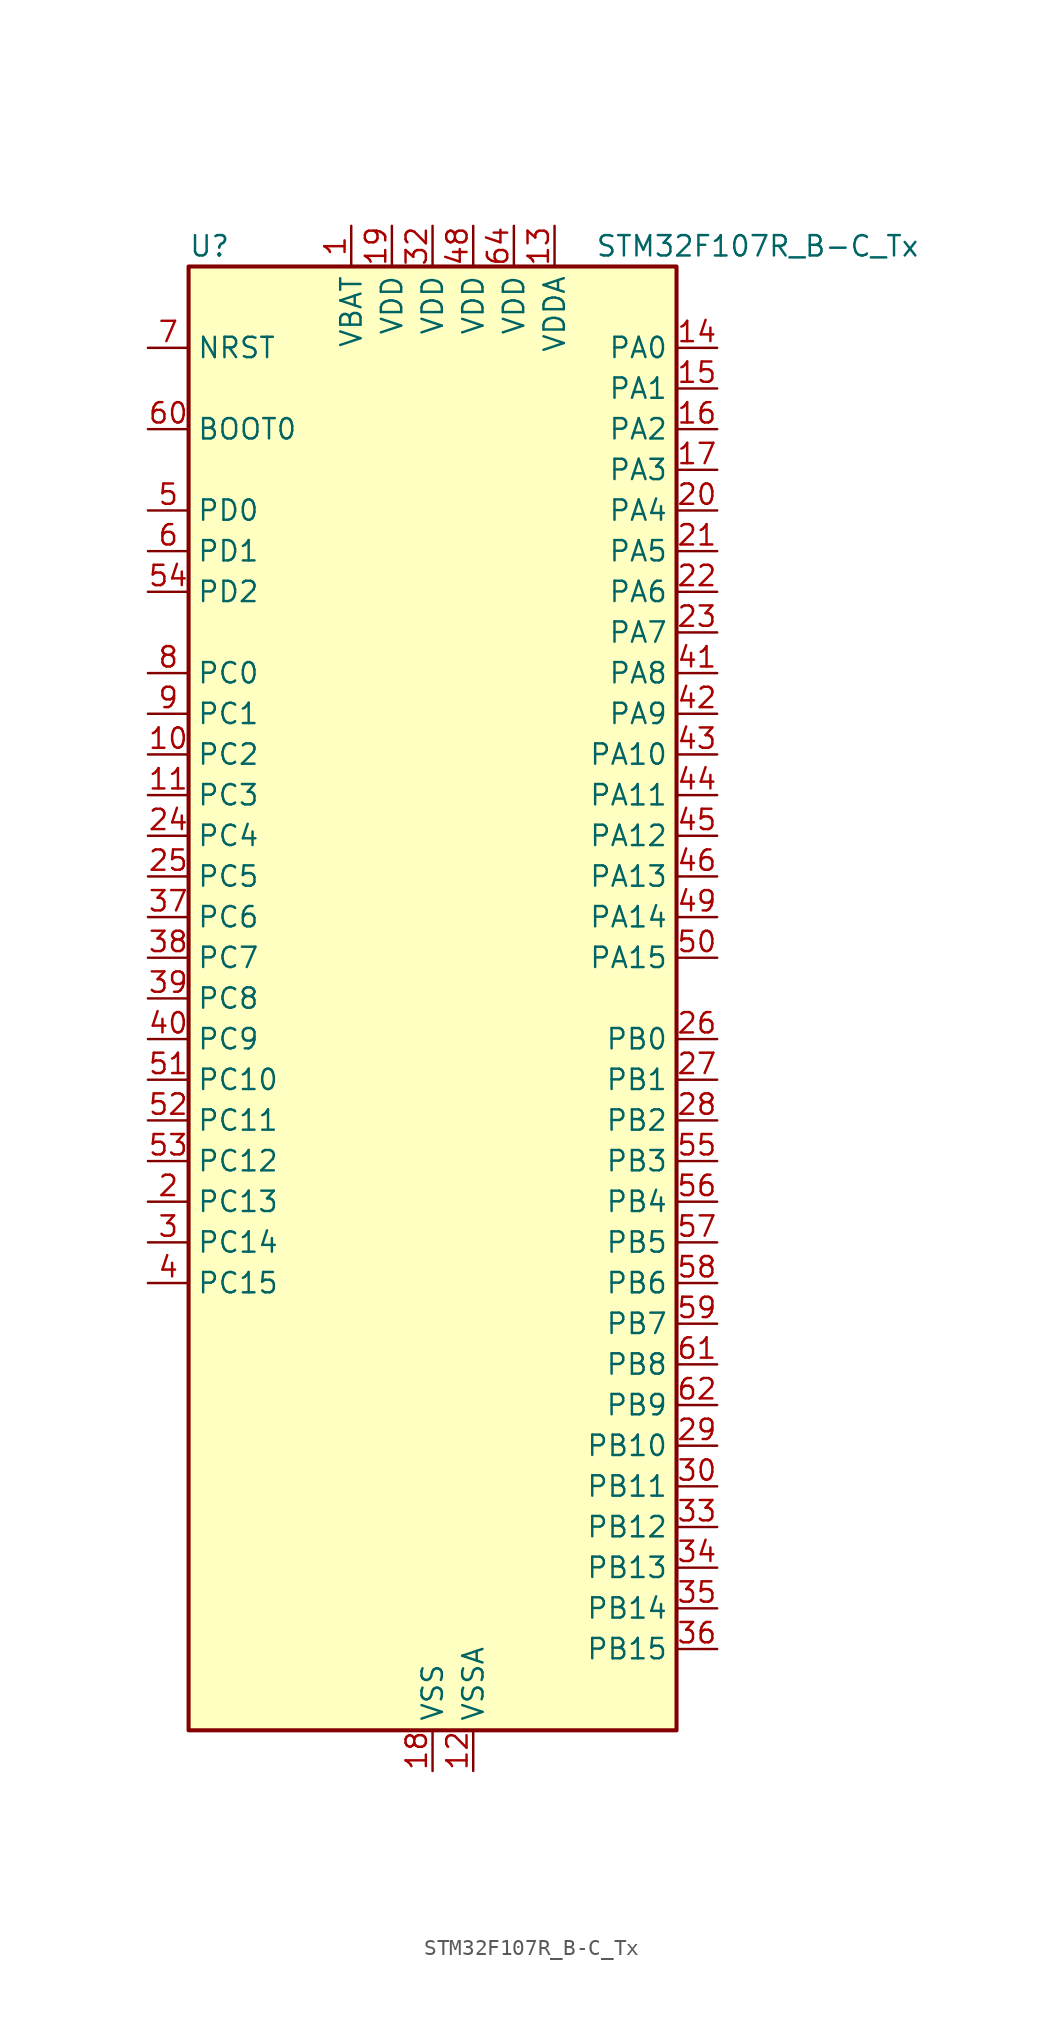
<source format=kicad_sym>
(kicad_symbol_lib
  (version 20241209)
  (generator "kicad_symbol_editor")
  (generator_version "9.0")
  (symbol "STM32F107R_B-C_Tx"
    (property "Reference" "U"
      (at -15.24 46.99 0)
      (effects (font (size 1.27 1.27)) (justify left)))
    (property "Value" "STM32F107R_B-C_Tx"
      (at 10.16 46.99 0)
      (effects (font (size 1.27 1.27)) (justify left)))
    (symbol "STM32F107R_B-C_Tx_0_1"
      (rectangle (start -15.24 -45.72) (end 15.24 45.72) (stroke (width 0.254) (type default)) (fill (type background))))
    (symbol "STM32F107R_B-C_Tx_1_1"
      (pin input line (at -17.78 40.64 0) (length 2.54) (name "NRST" (effects (font (size 1.27 1.27)))) (number "7" (effects (font (size 1.27 1.27)))))
      (pin input line (at -17.78 35.56 0) (length 2.54) (name "BOOT0" (effects (font (size 1.27 1.27)))) (number "60" (effects (font (size 1.27 1.27)))))
      (pin bidirectional line (at -17.78 30.48 0) (length 2.54) (name "PD0" (effects (font (size 1.27 1.27)))) (number "5" (effects (font (size 1.27 1.27)))) (alternate "RCC_OSC_IN" bidirectional line))
      (pin bidirectional line (at -17.78 27.94 0) (length 2.54) (name "PD1" (effects (font (size 1.27 1.27)))) (number "6" (effects (font (size 1.27 1.27)))) (alternate "RCC_OSC_OUT" bidirectional line))
      (pin bidirectional line (at -17.78 25.4 0) (length 2.54) (name "PD2" (effects (font (size 1.27 1.27)))) (number "54" (effects (font (size 1.27 1.27)))) (alternate "TIM3_ETR" bidirectional line) (alternate "UART5_RX" bidirectional line))
      (pin bidirectional line (at -17.78 20.32 0) (length 2.54) (name "PC0" (effects (font (size 1.27 1.27)))) (number "8" (effects (font (size 1.27 1.27)))) (alternate "ADC1_IN10" bidirectional line) (alternate "ADC2_IN10" bidirectional line))
      (pin bidirectional line (at -17.78 17.78 0) (length 2.54) (name "PC1" (effects (font (size 1.27 1.27)))) (number "9" (effects (font (size 1.27 1.27)))) (alternate "ADC1_IN11" bidirectional line) (alternate "ADC2_IN11" bidirectional line) (alternate "ETH_MDC" bidirectional line))
      (pin bidirectional line (at -17.78 15.24 0) (length 2.54) (name "PC2" (effects (font (size 1.27 1.27)))) (number "10" (effects (font (size 1.27 1.27)))) (alternate "ADC1_IN12" bidirectional line) (alternate "ADC2_IN12" bidirectional line) (alternate "ETH_TXD2" bidirectional line))
      (pin bidirectional line (at -17.78 12.7 0) (length 2.54) (name "PC3" (effects (font (size 1.27 1.27)))) (number "11" (effects (font (size 1.27 1.27)))) (alternate "ADC1_IN13" bidirectional line) (alternate "ADC2_IN13" bidirectional line) (alternate "ETH_TX_CLK" bidirectional line))
      (pin bidirectional line (at -17.78 10.16 0) (length 2.54) (name "PC4" (effects (font (size 1.27 1.27)))) (number "24" (effects (font (size 1.27 1.27)))) (alternate "ADC1_IN14" bidirectional line) (alternate "ADC2_IN14" bidirectional line) (alternate "ETH_RXD0" bidirectional line))
      (pin bidirectional line (at -17.78 7.62 0) (length 2.54) (name "PC5" (effects (font (size 1.27 1.27)))) (number "25" (effects (font (size 1.27 1.27)))) (alternate "ADC1_IN15" bidirectional line) (alternate "ADC2_IN15" bidirectional line) (alternate "ETH_RXD1" bidirectional line))
      (pin bidirectional line (at -17.78 5.08 0) (length 2.54) (name "PC6" (effects (font (size 1.27 1.27)))) (number "37" (effects (font (size 1.27 1.27)))) (alternate "I2S2_MCK" bidirectional line) (alternate "TIM3_CH1" bidirectional line))
      (pin bidirectional line (at -17.78 2.54 0) (length 2.54) (name "PC7" (effects (font (size 1.27 1.27)))) (number "38" (effects (font (size 1.27 1.27)))) (alternate "I2S3_MCK" bidirectional line) (alternate "TIM3_CH2" bidirectional line))
      (pin bidirectional line (at -17.78 0 0) (length 2.54) (name "PC8" (effects (font (size 1.27 1.27)))) (number "39" (effects (font (size 1.27 1.27)))) (alternate "TIM3_CH3" bidirectional line))
      (pin bidirectional line (at -17.78 -2.54 0) (length 2.54) (name "PC9" (effects (font (size 1.27 1.27)))) (number "40" (effects (font (size 1.27 1.27)))) (alternate "DAC_EXTI9" bidirectional line) (alternate "TIM3_CH4" bidirectional line))
      (pin bidirectional line (at -17.78 -5.08 0) (length 2.54) (name "PC10" (effects (font (size 1.27 1.27)))) (number "51" (effects (font (size 1.27 1.27)))) (alternate "I2S3_CK" bidirectional line) (alternate "SPI3_SCK" bidirectional line) (alternate "UART4_TX" bidirectional line) (alternate "USART3_TX" bidirectional line))
      (pin bidirectional line (at -17.78 -7.62 0) (length 2.54) (name "PC11" (effects (font (size 1.27 1.27)))) (number "52" (effects (font (size 1.27 1.27)))) (alternate "ADC1_EXTI11" bidirectional line) (alternate "ADC2_EXTI11" bidirectional line) (alternate "SPI3_MISO" bidirectional line) (alternate "UART4_RX" bidirectional line) (alternate "USART3_RX" bidirectional line))
      (pin bidirectional line (at -17.78 -10.16 0) (length 2.54) (name "PC12" (effects (font (size 1.27 1.27)))) (number "53" (effects (font (size 1.27 1.27)))) (alternate "I2S3_SD" bidirectional line) (alternate "SPI3_MOSI" bidirectional line) (alternate "UART5_TX" bidirectional line) (alternate "USART3_CK" bidirectional line))
      (pin bidirectional line (at -17.78 -12.7 0) (length 2.54) (name "PC13" (effects (font (size 1.27 1.27)))) (number "2" (effects (font (size 1.27 1.27)))) (alternate "RTC_OUT" bidirectional line) (alternate "RTC_TAMPER" bidirectional line))
      (pin bidirectional line (at -17.78 -15.24 0) (length 2.54) (name "PC14" (effects (font (size 1.27 1.27)))) (number "3" (effects (font (size 1.27 1.27)))) (alternate "RCC_OSC32_IN" bidirectional line))
      (pin bidirectional line (at -17.78 -17.78 0) (length 2.54) (name "PC15" (effects (font (size 1.27 1.27)))) (number "4" (effects (font (size 1.27 1.27)))) (alternate "ADC1_EXTI15" bidirectional line) (alternate "ADC2_EXTI15" bidirectional line) (alternate "RCC_OSC32_OUT" bidirectional line))
      (pin power_in line (at -5.08 48.26 270) (length 2.54) (name "VBAT" (effects (font (size 1.27 1.27)))) (number "1" (effects (font (size 1.27 1.27)))))
      (pin power_in line (at -2.54 48.26 270) (length 2.54) (name "VDD" (effects (font (size 1.27 1.27)))) (number "19" (effects (font (size 1.27 1.27)))))
      (pin power_in line (at 0 48.26 270) (length 2.54) (name "VDD" (effects (font (size 1.27 1.27)))) (number "32" (effects (font (size 1.27 1.27)))))
      (pin power_in line (at 0 -48.26 90) (length 2.54) (name "VSS" (effects (font (size 1.27 1.27)))) (number "18" (effects (font (size 1.27 1.27)))))
      (pin passive line (at 0 -48.26 90) (length 2.54) (hide yes) (name "VSS" (effects (font (size 1.27 1.27)))) (number "31" (effects (font (size 1.27 1.27)))))
      (pin passive line (at 0 -48.26 90) (length 2.54) (hide yes) (name "VSS" (effects (font (size 1.27 1.27)))) (number "47" (effects (font (size 1.27 1.27)))))
      (pin passive line (at 0 -48.26 90) (length 2.54) (hide yes) (name "VSS" (effects (font (size 1.27 1.27)))) (number "63" (effects (font (size 1.27 1.27)))))
      (pin power_in line (at 2.54 48.26 270) (length 2.54) (name "VDD" (effects (font (size 1.27 1.27)))) (number "48" (effects (font (size 1.27 1.27)))))
      (pin power_in line (at 2.54 -48.26 90) (length 2.54) (name "VSSA" (effects (font (size 1.27 1.27)))) (number "12" (effects (font (size 1.27 1.27)))))
      (pin power_in line (at 5.08 48.26 270) (length 2.54) (name "VDD" (effects (font (size 1.27 1.27)))) (number "64" (effects (font (size 1.27 1.27)))))
      (pin power_in line (at 7.62 48.26 270) (length 2.54) (name "VDDA" (effects (font (size 1.27 1.27)))) (number "13" (effects (font (size 1.27 1.27)))))
      (pin bidirectional line (at 17.78 40.64 180) (length 2.54) (name "PA0" (effects (font (size 1.27 1.27)))) (number "14" (effects (font (size 1.27 1.27)))) (alternate "ADC1_IN0" bidirectional line) (alternate "ADC2_IN0" bidirectional line) (alternate "ETH_CRS" bidirectional line) (alternate "SYS_WKUP" bidirectional line) (alternate "TIM2_CH1" bidirectional line) (alternate "TIM2_ETR" bidirectional line) (alternate "TIM5_CH1" bidirectional line) (alternate "USART2_CTS" bidirectional line))
      (pin bidirectional line (at 17.78 38.1 180) (length 2.54) (name "PA1" (effects (font (size 1.27 1.27)))) (number "15" (effects (font (size 1.27 1.27)))) (alternate "ADC1_IN1" bidirectional line) (alternate "ADC2_IN1" bidirectional line) (alternate "ETH_REF_CLK" bidirectional line) (alternate "ETH_RX_CLK" bidirectional line) (alternate "TIM2_CH2" bidirectional line) (alternate "TIM5_CH2" bidirectional line) (alternate "USART2_RTS" bidirectional line))
      (pin bidirectional line (at 17.78 35.56 180) (length 2.54) (name "PA2" (effects (font (size 1.27 1.27)))) (number "16" (effects (font (size 1.27 1.27)))) (alternate "ADC1_IN2" bidirectional line) (alternate "ADC2_IN2" bidirectional line) (alternate "ETH_MDIO" bidirectional line) (alternate "TIM2_CH3" bidirectional line) (alternate "TIM5_CH3" bidirectional line) (alternate "USART2_TX" bidirectional line))
      (pin bidirectional line (at 17.78 33.02 180) (length 2.54) (name "PA3" (effects (font (size 1.27 1.27)))) (number "17" (effects (font (size 1.27 1.27)))) (alternate "ADC1_IN3" bidirectional line) (alternate "ADC2_IN3" bidirectional line) (alternate "ETH_COL" bidirectional line) (alternate "TIM2_CH4" bidirectional line) (alternate "TIM5_CH4" bidirectional line) (alternate "USART2_RX" bidirectional line))
      (pin bidirectional line (at 17.78 30.48 180) (length 2.54) (name "PA4" (effects (font (size 1.27 1.27)))) (number "20" (effects (font (size 1.27 1.27)))) (alternate "ADC1_IN4" bidirectional line) (alternate "ADC2_IN4" bidirectional line) (alternate "DAC_OUT1" bidirectional line) (alternate "I2S3_WS" bidirectional line) (alternate "SPI1_NSS" bidirectional line) (alternate "SPI3_NSS" bidirectional line) (alternate "USART2_CK" bidirectional line))
      (pin bidirectional line (at 17.78 27.94 180) (length 2.54) (name "PA5" (effects (font (size 1.27 1.27)))) (number "21" (effects (font (size 1.27 1.27)))) (alternate "ADC1_IN5" bidirectional line) (alternate "ADC2_IN5" bidirectional line) (alternate "DAC_OUT2" bidirectional line) (alternate "SPI1_SCK" bidirectional line))
      (pin bidirectional line (at 17.78 25.4 180) (length 2.54) (name "PA6" (effects (font (size 1.27 1.27)))) (number "22" (effects (font (size 1.27 1.27)))) (alternate "ADC1_IN6" bidirectional line) (alternate "ADC2_IN6" bidirectional line) (alternate "SPI1_MISO" bidirectional line) (alternate "TIM1_BKIN" bidirectional line) (alternate "TIM3_CH1" bidirectional line))
      (pin bidirectional line (at 17.78 22.86 180) (length 2.54) (name "PA7" (effects (font (size 1.27 1.27)))) (number "23" (effects (font (size 1.27 1.27)))) (alternate "ADC1_IN7" bidirectional line) (alternate "ADC2_IN7" bidirectional line) (alternate "ETH_CRS_DV" bidirectional line) (alternate "ETH_RX_DV" bidirectional line) (alternate "SPI1_MOSI" bidirectional line) (alternate "TIM1_CH1N" bidirectional line) (alternate "TIM3_CH2" bidirectional line))
      (pin bidirectional line (at 17.78 20.32 180) (length 2.54) (name "PA8" (effects (font (size 1.27 1.27)))) (number "41" (effects (font (size 1.27 1.27)))) (alternate "RCC_MCO" bidirectional line) (alternate "TIM1_CH1" bidirectional line) (alternate "USART1_CK" bidirectional line) (alternate "USB_OTG_FS_SOF" bidirectional line))
      (pin bidirectional line (at 17.78 17.78 180) (length 2.54) (name "PA9" (effects (font (size 1.27 1.27)))) (number "42" (effects (font (size 1.27 1.27)))) (alternate "DAC_EXTI9" bidirectional line) (alternate "TIM1_CH2" bidirectional line) (alternate "USART1_TX" bidirectional line) (alternate "USB_OTG_FS_VBUS" bidirectional line))
      (pin bidirectional line (at 17.78 15.24 180) (length 2.54) (name "PA10" (effects (font (size 1.27 1.27)))) (number "43" (effects (font (size 1.27 1.27)))) (alternate "TIM1_CH3" bidirectional line) (alternate "USART1_RX" bidirectional line) (alternate "USB_OTG_FS_ID" bidirectional line))
      (pin bidirectional line (at 17.78 12.7 180) (length 2.54) (name "PA11" (effects (font (size 1.27 1.27)))) (number "44" (effects (font (size 1.27 1.27)))) (alternate "ADC1_EXTI11" bidirectional line) (alternate "ADC2_EXTI11" bidirectional line) (alternate "CAN1_RX" bidirectional line) (alternate "TIM1_CH4" bidirectional line) (alternate "USART1_CTS" bidirectional line) (alternate "USB_OTG_FS_DM" bidirectional line))
      (pin bidirectional line (at 17.78 10.16 180) (length 2.54) (name "PA12" (effects (font (size 1.27 1.27)))) (number "45" (effects (font (size 1.27 1.27)))) (alternate "CAN1_TX" bidirectional line) (alternate "TIM1_ETR" bidirectional line) (alternate "USART1_RTS" bidirectional line) (alternate "USB_OTG_FS_DP" bidirectional line))
      (pin bidirectional line (at 17.78 7.62 180) (length 2.54) (name "PA13" (effects (font (size 1.27 1.27)))) (number "46" (effects (font (size 1.27 1.27)))) (alternate "SYS_JTMS-SWDIO" bidirectional line))
      (pin bidirectional line (at 17.78 5.08 180) (length 2.54) (name "PA14" (effects (font (size 1.27 1.27)))) (number "49" (effects (font (size 1.27 1.27)))) (alternate "SYS_JTCK-SWCLK" bidirectional line))
      (pin bidirectional line (at 17.78 2.54 180) (length 2.54) (name "PA15" (effects (font (size 1.27 1.27)))) (number "50" (effects (font (size 1.27 1.27)))) (alternate "ADC1_EXTI15" bidirectional line) (alternate "ADC2_EXTI15" bidirectional line) (alternate "I2S3_WS" bidirectional line) (alternate "SPI1_NSS" bidirectional line) (alternate "SPI3_NSS" bidirectional line) (alternate "SYS_JTDI" bidirectional line) (alternate "TIM2_CH1" bidirectional line) (alternate "TIM2_ETR" bidirectional line))
      (pin bidirectional line (at 17.78 -2.54 180) (length 2.54) (name "PB0" (effects (font (size 1.27 1.27)))) (number "26" (effects (font (size 1.27 1.27)))) (alternate "ADC1_IN8" bidirectional line) (alternate "ADC2_IN8" bidirectional line) (alternate "ETH_RXD2" bidirectional line) (alternate "TIM1_CH2N" bidirectional line) (alternate "TIM3_CH3" bidirectional line))
      (pin bidirectional line (at 17.78 -5.08 180) (length 2.54) (name "PB1" (effects (font (size 1.27 1.27)))) (number "27" (effects (font (size 1.27 1.27)))) (alternate "ADC1_IN9" bidirectional line) (alternate "ADC2_IN9" bidirectional line) (alternate "ETH_RXD3" bidirectional line) (alternate "TIM1_CH3N" bidirectional line) (alternate "TIM3_CH4" bidirectional line))
      (pin bidirectional line (at 17.78 -7.62 180) (length 2.54) (name "PB2" (effects (font (size 1.27 1.27)))) (number "28" (effects (font (size 1.27 1.27)))))
      (pin bidirectional line (at 17.78 -10.16 180) (length 2.54) (name "PB3" (effects (font (size 1.27 1.27)))) (number "55" (effects (font (size 1.27 1.27)))) (alternate "I2S3_CK" bidirectional line) (alternate "SPI1_SCK" bidirectional line) (alternate "SPI3_SCK" bidirectional line) (alternate "SYS_JTDO" bidirectional line) (alternate "SYS_TRACESWO" bidirectional line) (alternate "TIM2_CH2" bidirectional line))
      (pin bidirectional line (at 17.78 -12.7 180) (length 2.54) (name "PB4" (effects (font (size 1.27 1.27)))) (number "56" (effects (font (size 1.27 1.27)))) (alternate "SPI1_MISO" bidirectional line) (alternate "SPI3_MISO" bidirectional line) (alternate "SYS_NJTRST" bidirectional line) (alternate "TIM3_CH1" bidirectional line))
      (pin bidirectional line (at 17.78 -15.24 180) (length 2.54) (name "PB5" (effects (font (size 1.27 1.27)))) (number "57" (effects (font (size 1.27 1.27)))) (alternate "CAN2_RX" bidirectional line) (alternate "ETH_PPS_OUT" bidirectional line) (alternate "I2C1_SMBA" bidirectional line) (alternate "I2S3_SD" bidirectional line) (alternate "SPI1_MOSI" bidirectional line) (alternate "SPI3_MOSI" bidirectional line) (alternate "TIM3_CH2" bidirectional line))
      (pin bidirectional line (at 17.78 -17.78 180) (length 2.54) (name "PB6" (effects (font (size 1.27 1.27)))) (number "58" (effects (font (size 1.27 1.27)))) (alternate "CAN2_TX" bidirectional line) (alternate "I2C1_SCL" bidirectional line) (alternate "TIM4_CH1" bidirectional line) (alternate "USART1_TX" bidirectional line))
      (pin bidirectional line (at 17.78 -20.32 180) (length 2.54) (name "PB7" (effects (font (size 1.27 1.27)))) (number "59" (effects (font (size 1.27 1.27)))) (alternate "I2C1_SDA" bidirectional line) (alternate "TIM4_CH2" bidirectional line) (alternate "USART1_RX" bidirectional line))
      (pin bidirectional line (at 17.78 -22.86 180) (length 2.54) (name "PB8" (effects (font (size 1.27 1.27)))) (number "61" (effects (font (size 1.27 1.27)))) (alternate "CAN1_RX" bidirectional line) (alternate "ETH_TXD3" bidirectional line) (alternate "I2C1_SCL" bidirectional line) (alternate "TIM4_CH3" bidirectional line))
      (pin bidirectional line (at 17.78 -25.4 180) (length 2.54) (name "PB9" (effects (font (size 1.27 1.27)))) (number "62" (effects (font (size 1.27 1.27)))) (alternate "CAN1_TX" bidirectional line) (alternate "DAC_EXTI9" bidirectional line) (alternate "I2C1_SDA" bidirectional line) (alternate "TIM4_CH4" bidirectional line))
      (pin bidirectional line (at 17.78 -27.94 180) (length 2.54) (name "PB10" (effects (font (size 1.27 1.27)))) (number "29" (effects (font (size 1.27 1.27)))) (alternate "ETH_RX_ER" bidirectional line) (alternate "TIM2_CH3" bidirectional line) (alternate "USART3_TX" bidirectional line))
      (pin bidirectional line (at 17.78 -30.48 180) (length 2.54) (name "PB11" (effects (font (size 1.27 1.27)))) (number "30" (effects (font (size 1.27 1.27)))) (alternate "ADC1_EXTI11" bidirectional line) (alternate "ADC2_EXTI11" bidirectional line) (alternate "ETH_TX_EN" bidirectional line) (alternate "TIM2_CH4" bidirectional line) (alternate "USART3_RX" bidirectional line))
      (pin bidirectional line (at 17.78 -33.02 180) (length 2.54) (name "PB12" (effects (font (size 1.27 1.27)))) (number "33" (effects (font (size 1.27 1.27)))) (alternate "CAN2_RX" bidirectional line) (alternate "ETH_TXD0" bidirectional line) (alternate "I2S2_WS" bidirectional line) (alternate "SPI2_NSS" bidirectional line) (alternate "TIM1_BKIN" bidirectional line) (alternate "USART3_CK" bidirectional line))
      (pin bidirectional line (at 17.78 -35.56 180) (length 2.54) (name "PB13" (effects (font (size 1.27 1.27)))) (number "34" (effects (font (size 1.27 1.27)))) (alternate "CAN2_TX" bidirectional line) (alternate "ETH_TXD1" bidirectional line) (alternate "I2S2_CK" bidirectional line) (alternate "SPI2_SCK" bidirectional line) (alternate "TIM1_CH1N" bidirectional line) (alternate "USART3_CTS" bidirectional line))
      (pin bidirectional line (at 17.78 -38.1 180) (length 2.54) (name "PB14" (effects (font (size 1.27 1.27)))) (number "35" (effects (font (size 1.27 1.27)))) (alternate "SPI2_MISO" bidirectional line) (alternate "TIM1_CH2N" bidirectional line) (alternate "USART3_RTS" bidirectional line))
      (pin bidirectional line (at 17.78 -40.64 180) (length 2.54) (name "PB15" (effects (font (size 1.27 1.27)))) (number "36" (effects (font (size 1.27 1.27)))) (alternate "ADC1_EXTI15" bidirectional line) (alternate "ADC2_EXTI15" bidirectional line) (alternate "I2S2_SD" bidirectional line) (alternate "SPI2_MOSI" bidirectional line) (alternate "TIM1_CH3N" bidirectional line)))))
</source>
